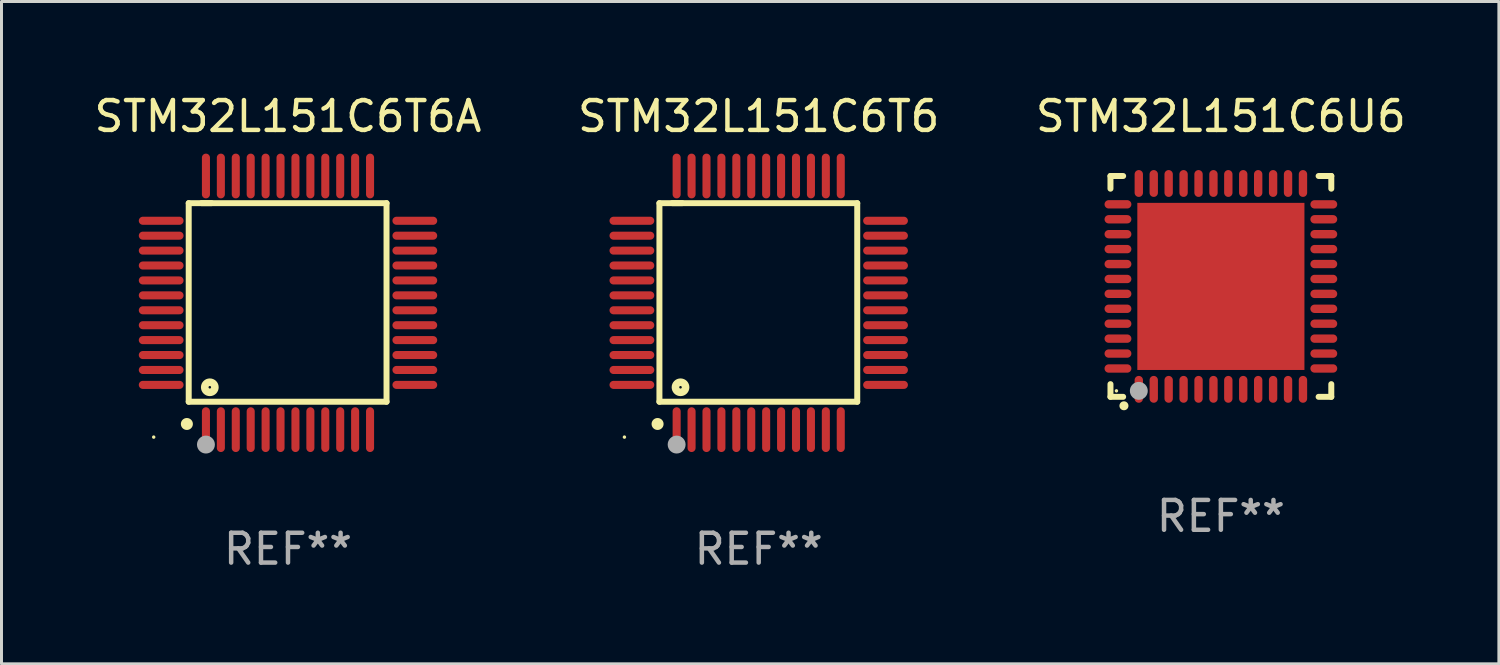
<source format=kicad_pcb>
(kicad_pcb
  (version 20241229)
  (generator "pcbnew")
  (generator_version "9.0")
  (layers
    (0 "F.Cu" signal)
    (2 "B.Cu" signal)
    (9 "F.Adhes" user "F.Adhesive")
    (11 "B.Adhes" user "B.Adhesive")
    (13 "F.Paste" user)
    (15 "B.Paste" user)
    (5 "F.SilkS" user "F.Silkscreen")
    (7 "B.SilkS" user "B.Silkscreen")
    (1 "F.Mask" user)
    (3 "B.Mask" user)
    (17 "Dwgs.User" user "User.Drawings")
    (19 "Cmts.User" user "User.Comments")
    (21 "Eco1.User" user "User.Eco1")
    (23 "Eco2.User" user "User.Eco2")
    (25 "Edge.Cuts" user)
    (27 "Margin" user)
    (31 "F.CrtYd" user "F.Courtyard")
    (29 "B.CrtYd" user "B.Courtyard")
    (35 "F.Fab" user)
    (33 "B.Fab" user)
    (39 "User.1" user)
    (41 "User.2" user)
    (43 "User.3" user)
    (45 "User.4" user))
  (footprint "STM32L151C6U6"
    (layer "F.Cu")
    (at 37.863 6.548)
    (property "Reference" "STM32L151C6U6" (at 0 -5.7 0) (layer "F.SilkS") (effects (font (size 1 1) (thickness 0.15))))
    (attr through_hole)
    (fp_line (start -3.7 -3.7) (end -3.275 -3.7) (stroke (width 0.2) (type solid)) (layer "F.SilkS"))
    (fp_line (start -3.7 -3.275) (end -3.7 -3.7) (stroke (width 0.2) (type solid)) (layer "F.SilkS"))
    (fp_line (start -3.7 3.7) (end -3.7 3.275) (stroke (width 0.2) (type solid)) (layer "F.SilkS"))
    (fp_line (start -3.275 3.7) (end -3.7 3.7) (stroke (width 0.2) (type solid)) (layer "F.SilkS"))
    (fp_line (start 3.7 -3.7) (end 3.275 -3.7) (stroke (width 0.2) (type solid)) (layer "F.SilkS"))
    (fp_line (start 3.7 -3.275) (end 3.7 -3.7) (stroke (width 0.2) (type solid)) (layer "F.SilkS"))
    (fp_line (start 3.7 3.275) (end 3.7 3.7) (stroke (width 0.2) (type solid)) (layer "F.SilkS"))
    (fp_line (start 3.7 3.7) (end 3.275 3.7) (stroke (width 0.2) (type solid)) (layer "F.SilkS"))
    (fp_arc (start -3.249936 3.999975) (mid -3.248666 3.99997) (end -3.247396 3.999975) (stroke (width 0.3) (type solid)) (layer "F.SilkS"))
    (fp_circle (center -3.5 3.5) (end -3.47 3.5) (stroke (width 0.06) (type solid)) (fill no) (layer "F.SilkS"))
    (fp_circle (center -2.75 3.5) (end -2.6 3.5) (stroke (width 0.3) (type solid)) (fill no) (layer "F.Fab"))
    (fp_text user "REF**" (at 0 7.7 0) (layer "F.Fab") (effects (font (size 1 1) (thickness 0.15))))
    (pad "1" smd oval (at -2.751 3.449) (size 0.28 0.9) (layers "F.Cu" "F.Mask" "F.Paste"))
    (pad "2" smd oval (at -2.25 3.449) (size 0.28 0.9) (layers "F.Cu" "F.Mask" "F.Paste"))
    (pad "3" smd oval (at -1.75 3.449) (size 0.28 0.9) (layers "F.Cu" "F.Mask" "F.Paste"))
    (pad "4" smd oval (at -1.25 3.449) (size 0.28 0.9) (layers "F.Cu" "F.Mask" "F.Paste"))
    (pad "5" smd oval (at -0.749 3.449) (size 0.28 0.9) (layers "F.Cu" "F.Mask" "F.Paste"))
    (pad "6" smd oval (at -0.249 3.449) (size 0.28 0.9) (layers "F.Cu" "F.Mask" "F.Paste"))
    (pad "7" smd oval (at 0.249 3.449) (size 0.28 0.9) (layers "F.Cu" "F.Mask" "F.Paste"))
    (pad "8" smd oval (at 0.749 3.449) (size 0.28 0.9) (layers "F.Cu" "F.Mask" "F.Paste"))
    (pad "9" smd oval (at 1.25 3.449) (size 0.28 0.9) (layers "F.Cu" "F.Mask" "F.Paste"))
    (pad "10" smd oval (at 1.75 3.449) (size 0.28 0.9) (layers "F.Cu" "F.Mask" "F.Paste"))
    (pad "11" smd oval (at 2.251 3.449) (size 0.28 0.9) (layers "F.Cu" "F.Mask" "F.Paste"))
    (pad "12" smd oval (at 2.751 3.449) (size 0.28 0.9) (layers "F.Cu" "F.Mask" "F.Paste"))
    (pad "13" smd oval (at 3.449 2.75) (size 0.9 0.28) (layers "F.Cu" "F.Mask" "F.Paste"))
    (pad "14" smd oval (at 3.449 2.25) (size 0.9 0.28) (layers "F.Cu" "F.Mask" "F.Paste"))
    (pad "15" smd oval (at 3.449 1.75) (size 0.9 0.28) (layers "F.Cu" "F.Mask" "F.Paste"))
    (pad "16" smd oval (at 3.449 1.25) (size 0.9 0.28) (layers "F.Cu" "F.Mask" "F.Paste"))
    (pad "17" smd oval (at 3.449 0.75) (size 0.9 0.28) (layers "F.Cu" "F.Mask" "F.Paste"))
    (pad "18" smd oval (at 3.449 0.25) (size 0.9 0.28) (layers "F.Cu" "F.Mask" "F.Paste"))
    (pad "19" smd oval (at 3.449 -0.25) (size 0.9 0.28) (layers "F.Cu" "F.Mask" "F.Paste"))
    (pad "20" smd oval (at 3.449 -0.75) (size 0.9 0.28) (layers "F.Cu" "F.Mask" "F.Paste"))
    (pad "21" smd oval (at 3.449 -1.25) (size 0.9 0.28) (layers "F.Cu" "F.Mask" "F.Paste"))
    (pad "22" smd oval (at 3.449 -1.75) (size 0.9 0.28) (layers "F.Cu" "F.Mask" "F.Paste"))
    (pad "23" smd oval (at 3.449 -2.25) (size 0.9 0.28) (layers "F.Cu" "F.Mask" "F.Paste"))
    (pad "24" smd oval (at 3.449 -2.75) (size 0.9 0.28) (layers "F.Cu" "F.Mask" "F.Paste"))
    (pad "25" smd oval (at 2.751 -3.449) (size 0.28 0.9) (layers "F.Cu" "F.Mask" "F.Paste"))
    (pad "26" smd oval (at 2.251 -3.449) (size 0.28 0.9) (layers "F.Cu" "F.Mask" "F.Paste"))
    (pad "27" smd oval (at 1.75 -3.449) (size 0.28 0.9) (layers "F.Cu" "F.Mask" "F.Paste"))
    (pad "28" smd oval (at 1.25 -3.449) (size 0.28 0.9) (layers "F.Cu" "F.Mask" "F.Paste"))
    (pad "29" smd oval (at 0.749 -3.449) (size 0.28 0.9) (layers "F.Cu" "F.Mask" "F.Paste"))
    (pad "30" smd oval (at 0.249 -3.449) (size 0.28 0.9) (layers "F.Cu" "F.Mask" "F.Paste"))
    (pad "31" smd oval (at -0.249 -3.449) (size 0.28 0.9) (layers "F.Cu" "F.Mask" "F.Paste"))
    (pad "32" smd oval (at -0.749 -3.449) (size 0.28 0.9) (layers "F.Cu" "F.Mask" "F.Paste"))
    (pad "33" smd oval (at -1.25 -3.449) (size 0.28 0.9) (layers "F.Cu" "F.Mask" "F.Paste"))
    (pad "34" smd oval (at -1.75 -3.449) (size 0.28 0.9) (layers "F.Cu" "F.Mask" "F.Paste"))
    (pad "35" smd oval (at -2.25 -3.449) (size 0.28 0.9) (layers "F.Cu" "F.Mask" "F.Paste"))
    (pad "36" smd oval (at -2.751 -3.449) (size 0.28 0.9) (layers "F.Cu" "F.Mask" "F.Paste"))
    (pad "37" smd oval (at -3.449 -2.751) (size 0.9 0.28) (layers "F.Cu" "F.Mask" "F.Paste"))
    (pad "38" smd oval (at -3.449 -2.25) (size 0.9 0.28) (layers "F.Cu" "F.Mask" "F.Paste"))
    (pad "39" smd oval (at -3.449 -1.75) (size 0.9 0.28) (layers "F.Cu" "F.Mask" "F.Paste"))
    (pad "40" smd oval (at -3.449 -1.25) (size 0.9 0.28) (layers "F.Cu" "F.Mask" "F.Paste"))
    (pad "41" smd oval (at -3.449 -0.749) (size 0.9 0.28) (layers "F.Cu" "F.Mask" "F.Paste"))
    (pad "42" smd oval (at -3.449 -0.249) (size 0.9 0.28) (layers "F.Cu" "F.Mask" "F.Paste"))
    (pad "43" smd oval (at -3.449 0.249) (size 0.9 0.28) (layers "F.Cu" "F.Mask" "F.Paste"))
    (pad "44" smd oval (at -3.449 0.749) (size 0.9 0.28) (layers "F.Cu" "F.Mask" "F.Paste"))
    (pad "45" smd oval (at -3.449 1.25) (size 0.9 0.28) (layers "F.Cu" "F.Mask" "F.Paste"))
    (pad "46" smd oval (at -3.449 1.75) (size 0.9 0.28) (layers "F.Cu" "F.Mask" "F.Paste"))
    (pad "47" smd oval (at -3.449 2.25) (size 0.9 0.28) (layers "F.Cu" "F.Mask" "F.Paste"))
    (pad "48" smd oval (at -3.449 2.751) (size 0.9 0.28) (layers "F.Cu" "F.Mask" "F.Paste"))
    (pad "49" smd rect (at 0.000076 -0.000025) (size 5.6 5.6) (layers "F.Cu" "F.Mask" "F.Paste")))
  (footprint "STM32L151C6T6A"
    (layer "F.Cu")
    (at 6.601 7.098)
    (property "Reference" "STM32L151C6T6A" (at 0 -6.25 0) (layer "F.SilkS") (effects (font (size 1 1) (thickness 0.15))))
    (attr through_hole)
    (fp_line (start -3.327 -3.34) (end -2.565 -3.34) (stroke (width 0.2) (type solid)) (layer "F.SilkS"))
    (fp_line (start -3.327 3.315) (end -3.327 -3.34) (stroke (width 0.2) (type solid)) (layer "F.SilkS"))
    (fp_line (start -2.896 -3.34) (end 3.302 -3.34) (stroke (width 0.2) (type solid)) (layer "F.SilkS"))
    (fp_line (start 3.302 -3.34) (end 3.302 3.315) (stroke (width 0.2) (type solid)) (layer "F.SilkS"))
    (fp_line (start 3.302 3.315) (end -3.327 3.315) (stroke (width 0.2) (type solid)) (layer "F.SilkS"))
    (fp_arc (start -3.389992 4.059995) (mid -3.388722 4.059991) (end -3.387452 4.059995) (stroke (width 0.4) (type solid)) (layer "F.SilkS"))
    (fp_circle (center -4.5 4.5) (end -4.47 4.5) (stroke (width 0.06) (type solid)) (fill no) (layer "F.SilkS"))
    (fp_circle (center -2.62 2.83) (end -2.45 2.83) (stroke (width 0.254) (type solid)) (fill no) (layer "F.SilkS"))
    (fp_circle (center -2.75 4.75) (end -2.6 4.75) (stroke (width 0.3) (type solid)) (fill no) (layer "F.Fab"))
    (fp_text user "REF**" (at 0 8.25 0) (layer "F.Fab") (effects (font (size 1 1) (thickness 0.15))))
    (pad "1" smd oval (at -2.75 4.25) (size 0.27 1.5) (layers "F.Cu" "F.Mask" "F.Paste"))
    (pad "2" smd oval (at -2.25 4.25) (size 0.27 1.5) (layers "F.Cu" "F.Mask" "F.Paste"))
    (pad "3" smd oval (at -1.75 4.25) (size 0.27 1.5) (layers "F.Cu" "F.Mask" "F.Paste"))
    (pad "4" smd oval (at -1.25 4.25) (size 0.27 1.5) (layers "F.Cu" "F.Mask" "F.Paste"))
    (pad "5" smd oval (at -0.75 4.25) (size 0.27 1.5) (layers "F.Cu" "F.Mask" "F.Paste"))
    (pad "6" smd oval (at -0.25 4.25) (size 0.27 1.5) (layers "F.Cu" "F.Mask" "F.Paste"))
    (pad "7" smd oval (at 0.25 4.25) (size 0.27 1.5) (layers "F.Cu" "F.Mask" "F.Paste"))
    (pad "8" smd oval (at 0.75 4.25) (size 0.27 1.5) (layers "F.Cu" "F.Mask" "F.Paste"))
    (pad "9" smd oval (at 1.25 4.25) (size 0.27 1.5) (layers "F.Cu" "F.Mask" "F.Paste"))
    (pad "10" smd oval (at 1.75 4.25) (size 0.27 1.5) (layers "F.Cu" "F.Mask" "F.Paste"))
    (pad "11" smd oval (at 2.25 4.25) (size 0.27 1.5) (layers "F.Cu" "F.Mask" "F.Paste"))
    (pad "12" smd oval (at 2.75 4.25) (size 0.27 1.5) (layers "F.Cu" "F.Mask" "F.Paste"))
    (pad "13" smd oval (at 4.25 2.75) (size 1.5 0.27) (layers "F.Cu" "F.Mask" "F.Paste"))
    (pad "14" smd oval (at 4.25 2.25) (size 1.5 0.27) (layers "F.Cu" "F.Mask" "F.Paste"))
    (pad "15" smd oval (at 4.25 1.75) (size 1.5 0.27) (layers "F.Cu" "F.Mask" "F.Paste"))
    (pad "16" smd oval (at 4.25 1.25) (size 1.5 0.27) (layers "F.Cu" "F.Mask" "F.Paste"))
    (pad "17" smd oval (at 4.25 0.75) (size 1.5 0.27) (layers "F.Cu" "F.Mask" "F.Paste"))
    (pad "18" smd oval (at 4.25 0.25) (size 1.5 0.27) (layers "F.Cu" "F.Mask" "F.Paste"))
    (pad "19" smd oval (at 4.25 -0.25) (size 1.5 0.27) (layers "F.Cu" "F.Mask" "F.Paste"))
    (pad "20" smd oval (at 4.25 -0.75) (size 1.5 0.27) (layers "F.Cu" "F.Mask" "F.Paste"))
    (pad "21" smd oval (at 4.25 -1.25) (size 1.5 0.27) (layers "F.Cu" "F.Mask" "F.Paste"))
    (pad "22" smd oval (at 4.25 -1.75) (size 1.5 0.27) (layers "F.Cu" "F.Mask" "F.Paste"))
    (pad "23" smd oval (at 4.25 -2.25) (size 1.5 0.27) (layers "F.Cu" "F.Mask" "F.Paste"))
    (pad "24" smd oval (at 4.25 -2.75) (size 1.5 0.27) (layers "F.Cu" "F.Mask" "F.Paste"))
    (pad "25" smd oval (at 2.75 -4.25) (size 0.27 1.5) (layers "F.Cu" "F.Mask" "F.Paste"))
    (pad "26" smd oval (at 2.25 -4.25) (size 0.27 1.5) (layers "F.Cu" "F.Mask" "F.Paste"))
    (pad "27" smd oval (at 1.75 -4.25) (size 0.27 1.5) (layers "F.Cu" "F.Mask" "F.Paste"))
    (pad "28" smd oval (at 1.25 -4.25) (size 0.27 1.5) (layers "F.Cu" "F.Mask" "F.Paste"))
    (pad "29" smd oval (at 0.75 -4.25) (size 0.27 1.5) (layers "F.Cu" "F.Mask" "F.Paste"))
    (pad "30" smd oval (at 0.25 -4.25) (size 0.27 1.5) (layers "F.Cu" "F.Mask" "F.Paste"))
    (pad "31" smd oval (at -0.25 -4.25) (size 0.27 1.5) (layers "F.Cu" "F.Mask" "F.Paste"))
    (pad "32" smd oval (at -0.75 -4.25) (size 0.27 1.5) (layers "F.Cu" "F.Mask" "F.Paste"))
    (pad "33" smd oval (at -1.25 -4.25) (size 0.27 1.5) (layers "F.Cu" "F.Mask" "F.Paste"))
    (pad "34" smd oval (at -1.75 -4.25) (size 0.27 1.5) (layers "F.Cu" "F.Mask" "F.Paste"))
    (pad "35" smd oval (at -2.25 -4.25) (size 0.27 1.5) (layers "F.Cu" "F.Mask" "F.Paste"))
    (pad "36" smd oval (at -2.75 -4.25) (size 0.27 1.5) (layers "F.Cu" "F.Mask" "F.Paste"))
    (pad "37" smd oval (at -4.25 -2.75) (size 1.5 0.27) (layers "F.Cu" "F.Mask" "F.Paste"))
    (pad "38" smd oval (at -4.25 -2.25) (size 1.5 0.27) (layers "F.Cu" "F.Mask" "F.Paste"))
    (pad "39" smd oval (at -4.25 -1.75) (size 1.5 0.27) (layers "F.Cu" "F.Mask" "F.Paste"))
    (pad "40" smd oval (at -4.25 -1.25) (size 1.5 0.27) (layers "F.Cu" "F.Mask" "F.Paste"))
    (pad "41" smd oval (at -4.25 -0.75) (size 1.5 0.27) (layers "F.Cu" "F.Mask" "F.Paste"))
    (pad "42" smd oval (at -4.25 -0.25) (size 1.5 0.27) (layers "F.Cu" "F.Mask" "F.Paste"))
    (pad "43" smd oval (at -4.25 0.25) (size 1.5 0.27) (layers "F.Cu" "F.Mask" "F.Paste"))
    (pad "44" smd oval (at -4.25 0.75) (size 1.5 0.27) (layers "F.Cu" "F.Mask" "F.Paste"))
    (pad "45" smd oval (at -4.25 1.25) (size 1.5 0.27) (layers "F.Cu" "F.Mask" "F.Paste"))
    (pad "46" smd oval (at -4.25 1.75) (size 1.5 0.27) (layers "F.Cu" "F.Mask" "F.Paste"))
    (pad "47" smd oval (at -4.25 2.25) (size 1.5 0.27) (layers "F.Cu" "F.Mask" "F.Paste"))
    (pad "48" smd oval (at -4.25 2.75) (size 1.5 0.27) (layers "F.Cu" "F.Mask" "F.Paste")))
  (footprint "STM32L151C6T6"
    (layer "F.Cu")
    (at 22.375 7.098)
    (property "Reference" "STM32L151C6T6" (at 0 -6.25 0) (layer "F.SilkS") (effects (font (size 1 1) (thickness 0.15))))
    (attr through_hole)
    (fp_line (start -3.327 -3.34) (end -2.565 -3.34) (stroke (width 0.2) (type solid)) (layer "F.SilkS"))
    (fp_line (start -3.327 3.315) (end -3.327 -3.34) (stroke (width 0.2) (type solid)) (layer "F.SilkS"))
    (fp_line (start -2.896 -3.34) (end 3.302 -3.34) (stroke (width 0.2) (type solid)) (layer "F.SilkS"))
    (fp_line (start 3.302 -3.34) (end 3.302 3.315) (stroke (width 0.2) (type solid)) (layer "F.SilkS"))
    (fp_line (start 3.302 3.315) (end -3.327 3.315) (stroke (width 0.2) (type solid)) (layer "F.SilkS"))
    (fp_arc (start -3.389992 4.059995) (mid -3.388722 4.059991) (end -3.387452 4.059995) (stroke (width 0.4) (type solid)) (layer "F.SilkS"))
    (fp_circle (center -4.5 4.5) (end -4.47 4.5) (stroke (width 0.06) (type solid)) (fill no) (layer "F.SilkS"))
    (fp_circle (center -2.62 2.83) (end -2.45 2.83) (stroke (width 0.254) (type solid)) (fill no) (layer "F.SilkS"))
    (fp_circle (center -2.75 4.75) (end -2.6 4.75) (stroke (width 0.3) (type solid)) (fill no) (layer "F.Fab"))
    (fp_text user "REF**" (at 0 8.25 0) (layer "F.Fab") (effects (font (size 1 1) (thickness 0.15))))
    (pad "1" smd oval (at -2.75 4.25) (size 0.27 1.5) (layers "F.Cu" "F.Mask" "F.Paste"))
    (pad "2" smd oval (at -2.25 4.25) (size 0.27 1.5) (layers "F.Cu" "F.Mask" "F.Paste"))
    (pad "3" smd oval (at -1.75 4.25) (size 0.27 1.5) (layers "F.Cu" "F.Mask" "F.Paste"))
    (pad "4" smd oval (at -1.25 4.25) (size 0.27 1.5) (layers "F.Cu" "F.Mask" "F.Paste"))
    (pad "5" smd oval (at -0.75 4.25) (size 0.27 1.5) (layers "F.Cu" "F.Mask" "F.Paste"))
    (pad "6" smd oval (at -0.25 4.25) (size 0.27 1.5) (layers "F.Cu" "F.Mask" "F.Paste"))
    (pad "7" smd oval (at 0.25 4.25) (size 0.27 1.5) (layers "F.Cu" "F.Mask" "F.Paste"))
    (pad "8" smd oval (at 0.75 4.25) (size 0.27 1.5) (layers "F.Cu" "F.Mask" "F.Paste"))
    (pad "9" smd oval (at 1.25 4.25) (size 0.27 1.5) (layers "F.Cu" "F.Mask" "F.Paste"))
    (pad "10" smd oval (at 1.75 4.25) (size 0.27 1.5) (layers "F.Cu" "F.Mask" "F.Paste"))
    (pad "11" smd oval (at 2.25 4.25) (size 0.27 1.5) (layers "F.Cu" "F.Mask" "F.Paste"))
    (pad "12" smd oval (at 2.75 4.25) (size 0.27 1.5) (layers "F.Cu" "F.Mask" "F.Paste"))
    (pad "13" smd oval (at 4.25 2.75) (size 1.5 0.27) (layers "F.Cu" "F.Mask" "F.Paste"))
    (pad "14" smd oval (at 4.25 2.25) (size 1.5 0.27) (layers "F.Cu" "F.Mask" "F.Paste"))
    (pad "15" smd oval (at 4.25 1.75) (size 1.5 0.27) (layers "F.Cu" "F.Mask" "F.Paste"))
    (pad "16" smd oval (at 4.25 1.25) (size 1.5 0.27) (layers "F.Cu" "F.Mask" "F.Paste"))
    (pad "17" smd oval (at 4.25 0.75) (size 1.5 0.27) (layers "F.Cu" "F.Mask" "F.Paste"))
    (pad "18" smd oval (at 4.25 0.25) (size 1.5 0.27) (layers "F.Cu" "F.Mask" "F.Paste"))
    (pad "19" smd oval (at 4.25 -0.25) (size 1.5 0.27) (layers "F.Cu" "F.Mask" "F.Paste"))
    (pad "20" smd oval (at 4.25 -0.75) (size 1.5 0.27) (layers "F.Cu" "F.Mask" "F.Paste"))
    (pad "21" smd oval (at 4.25 -1.25) (size 1.5 0.27) (layers "F.Cu" "F.Mask" "F.Paste"))
    (pad "22" smd oval (at 4.25 -1.75) (size 1.5 0.27) (layers "F.Cu" "F.Mask" "F.Paste"))
    (pad "23" smd oval (at 4.25 -2.25) (size 1.5 0.27) (layers "F.Cu" "F.Mask" "F.Paste"))
    (pad "24" smd oval (at 4.25 -2.75) (size 1.5 0.27) (layers "F.Cu" "F.Mask" "F.Paste"))
    (pad "25" smd oval (at 2.75 -4.25) (size 0.27 1.5) (layers "F.Cu" "F.Mask" "F.Paste"))
    (pad "26" smd oval (at 2.25 -4.25) (size 0.27 1.5) (layers "F.Cu" "F.Mask" "F.Paste"))
    (pad "27" smd oval (at 1.75 -4.25) (size 0.27 1.5) (layers "F.Cu" "F.Mask" "F.Paste"))
    (pad "28" smd oval (at 1.25 -4.25) (size 0.27 1.5) (layers "F.Cu" "F.Mask" "F.Paste"))
    (pad "29" smd oval (at 0.75 -4.25) (size 0.27 1.5) (layers "F.Cu" "F.Mask" "F.Paste"))
    (pad "30" smd oval (at 0.25 -4.25) (size 0.27 1.5) (layers "F.Cu" "F.Mask" "F.Paste"))
    (pad "31" smd oval (at -0.25 -4.25) (size 0.27 1.5) (layers "F.Cu" "F.Mask" "F.Paste"))
    (pad "32" smd oval (at -0.75 -4.25) (size 0.27 1.5) (layers "F.Cu" "F.Mask" "F.Paste"))
    (pad "33" smd oval (at -1.25 -4.25) (size 0.27 1.5) (layers "F.Cu" "F.Mask" "F.Paste"))
    (pad "34" smd oval (at -1.75 -4.25) (size 0.27 1.5) (layers "F.Cu" "F.Mask" "F.Paste"))
    (pad "35" smd oval (at -2.25 -4.25) (size 0.27 1.5) (layers "F.Cu" "F.Mask" "F.Paste"))
    (pad "36" smd oval (at -2.75 -4.25) (size 0.27 1.5) (layers "F.Cu" "F.Mask" "F.Paste"))
    (pad "37" smd oval (at -4.25 -2.75) (size 1.5 0.27) (layers "F.Cu" "F.Mask" "F.Paste"))
    (pad "38" smd oval (at -4.25 -2.25) (size 1.5 0.27) (layers "F.Cu" "F.Mask" "F.Paste"))
    (pad "39" smd oval (at -4.25 -1.75) (size 1.5 0.27) (layers "F.Cu" "F.Mask" "F.Paste"))
    (pad "40" smd oval (at -4.25 -1.25) (size 1.5 0.27) (layers "F.Cu" "F.Mask" "F.Paste"))
    (pad "41" smd oval (at -4.25 -0.75) (size 1.5 0.27) (layers "F.Cu" "F.Mask" "F.Paste"))
    (pad "42" smd oval (at -4.25 -0.25) (size 1.5 0.27) (layers "F.Cu" "F.Mask" "F.Paste"))
    (pad "43" smd oval (at -4.25 0.25) (size 1.5 0.27) (layers "F.Cu" "F.Mask" "F.Paste"))
    (pad "44" smd oval (at -4.25 0.75) (size 1.5 0.27) (layers "F.Cu" "F.Mask" "F.Paste"))
    (pad "45" smd oval (at -4.25 1.25) (size 1.5 0.27) (layers "F.Cu" "F.Mask" "F.Paste"))
    (pad "46" smd oval (at -4.25 1.75) (size 1.5 0.27) (layers "F.Cu" "F.Mask" "F.Paste"))
    (pad "47" smd oval (at -4.25 2.25) (size 1.5 0.27) (layers "F.Cu" "F.Mask" "F.Paste"))
    (pad "48" smd oval (at -4.25 2.75) (size 1.5 0.27) (layers "F.Cu" "F.Mask" "F.Paste")))
  (gr_rect
    (start -3 -3)
    (end 47.179 19.196)
    (stroke (width 0.1) (type default))
    (fill no)
    (layer "Edge.Cuts")))
</source>
